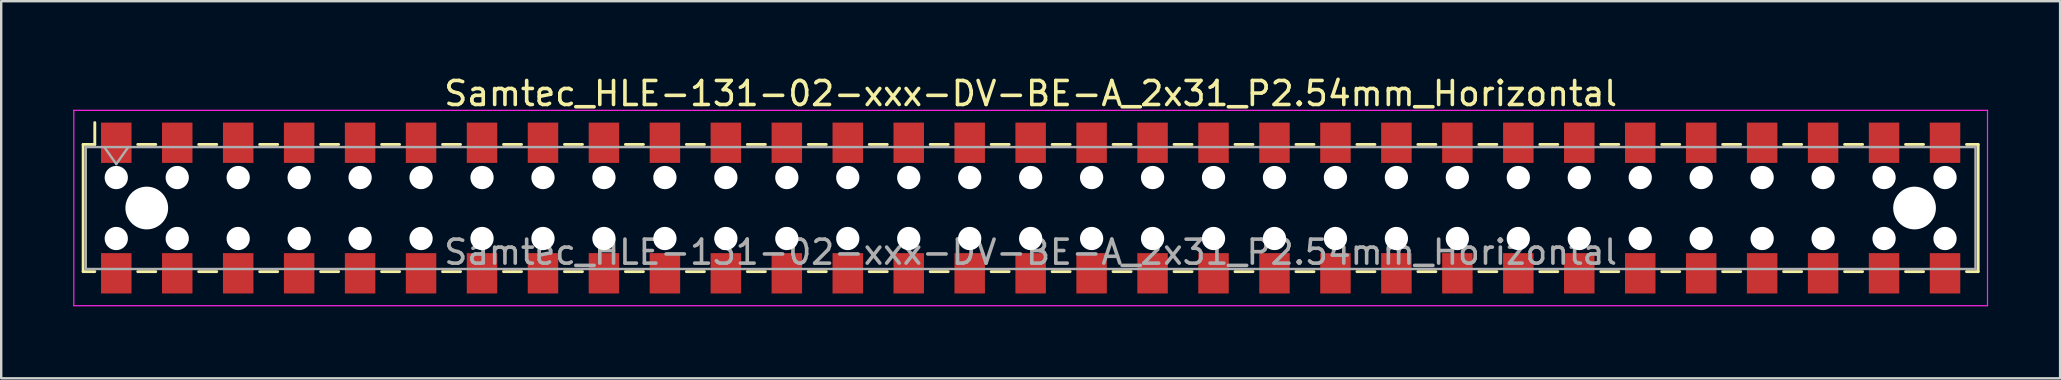
<source format=kicad_pcb>
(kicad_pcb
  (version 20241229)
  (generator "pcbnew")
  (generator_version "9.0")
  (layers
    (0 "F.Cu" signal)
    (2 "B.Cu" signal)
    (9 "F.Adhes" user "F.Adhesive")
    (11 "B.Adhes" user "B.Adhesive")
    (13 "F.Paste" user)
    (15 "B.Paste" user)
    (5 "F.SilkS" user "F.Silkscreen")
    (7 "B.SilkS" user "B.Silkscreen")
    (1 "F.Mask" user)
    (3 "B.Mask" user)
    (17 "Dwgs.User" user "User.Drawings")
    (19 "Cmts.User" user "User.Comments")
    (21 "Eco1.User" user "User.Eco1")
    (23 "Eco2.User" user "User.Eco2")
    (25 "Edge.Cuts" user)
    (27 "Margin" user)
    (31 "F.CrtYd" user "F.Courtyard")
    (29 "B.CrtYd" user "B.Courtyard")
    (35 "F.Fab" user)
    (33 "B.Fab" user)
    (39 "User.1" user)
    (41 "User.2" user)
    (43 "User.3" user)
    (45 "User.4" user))
  (footprint "Samtec_HLE-131-02-xxx-DV-BE-A_2x31_P2.54mm_Horizontal"
    (layer "F.Cu")
    (at 39.895 5.618)
    (property "Reference" "Samtec_HLE-131-02-xxx-DV-BE-A_2x31_P2.54mm_Horizontal" (at 0 -4.77 0) (layer "F.SilkS") (effects (font (size 1 1) (thickness 0.15))))
    (attr smd)
    (fp_line (start -39.48 -2.65) (end -39.48 2.65) (stroke (width 0.12) (type solid)) (layer "F.SilkS"))
    (fp_line (start -39.48 2.65) (end -38.995 2.65) (stroke (width 0.12) (type solid)) (layer "F.SilkS"))
    (fp_line (start -38.995 -3.56) (end -38.995 -2.65) (stroke (width 0.12) (type solid)) (layer "F.SilkS"))
    (fp_line (start -38.995 -2.65) (end -39.48 -2.65) (stroke (width 0.12) (type solid)) (layer "F.SilkS"))
    (fp_line (start -37.205 -2.65) (end -36.455 -2.65) (stroke (width 0.12) (type solid)) (layer "F.SilkS"))
    (fp_line (start -37.205 2.65) (end -36.455 2.65) (stroke (width 0.12) (type solid)) (layer "F.SilkS"))
    (fp_line (start -34.665 -2.65) (end -33.915 -2.65) (stroke (width 0.12) (type solid)) (layer "F.SilkS"))
    (fp_line (start -34.665 2.65) (end -33.915 2.65) (stroke (width 0.12) (type solid)) (layer "F.SilkS"))
    (fp_line (start -32.125 -2.65) (end -31.375 -2.65) (stroke (width 0.12) (type solid)) (layer "F.SilkS"))
    (fp_line (start -32.125 2.65) (end -31.375 2.65) (stroke (width 0.12) (type solid)) (layer "F.SilkS"))
    (fp_line (start -29.585 -2.65) (end -28.835 -2.65) (stroke (width 0.12) (type solid)) (layer "F.SilkS"))
    (fp_line (start -29.585 2.65) (end -28.835 2.65) (stroke (width 0.12) (type solid)) (layer "F.SilkS"))
    (fp_line (start -27.045 -2.65) (end -26.295 -2.65) (stroke (width 0.12) (type solid)) (layer "F.SilkS"))
    (fp_line (start -27.045 2.65) (end -26.295 2.65) (stroke (width 0.12) (type solid)) (layer "F.SilkS"))
    (fp_line (start -24.505 -2.65) (end -23.755 -2.65) (stroke (width 0.12) (type solid)) (layer "F.SilkS"))
    (fp_line (start -24.505 2.65) (end -23.755 2.65) (stroke (width 0.12) (type solid)) (layer "F.SilkS"))
    (fp_line (start -21.965 -2.65) (end -21.215 -2.65) (stroke (width 0.12) (type solid)) (layer "F.SilkS"))
    (fp_line (start -21.965 2.65) (end -21.215 2.65) (stroke (width 0.12) (type solid)) (layer "F.SilkS"))
    (fp_line (start -19.425 -2.65) (end -18.675 -2.65) (stroke (width 0.12) (type solid)) (layer "F.SilkS"))
    (fp_line (start -19.425 2.65) (end -18.675 2.65) (stroke (width 0.12) (type solid)) (layer "F.SilkS"))
    (fp_line (start -16.885 -2.65) (end -16.135 -2.65) (stroke (width 0.12) (type solid)) (layer "F.SilkS"))
    (fp_line (start -16.885 2.65) (end -16.135 2.65) (stroke (width 0.12) (type solid)) (layer "F.SilkS"))
    (fp_line (start -14.345 -2.65) (end -13.595 -2.65) (stroke (width 0.12) (type solid)) (layer "F.SilkS"))
    (fp_line (start -14.345 2.65) (end -13.595 2.65) (stroke (width 0.12) (type solid)) (layer "F.SilkS"))
    (fp_line (start -11.805 -2.65) (end -11.055 -2.65) (stroke (width 0.12) (type solid)) (layer "F.SilkS"))
    (fp_line (start -11.805 2.65) (end -11.055 2.65) (stroke (width 0.12) (type solid)) (layer "F.SilkS"))
    (fp_line (start -9.265 -2.65) (end -8.515 -2.65) (stroke (width 0.12) (type solid)) (layer "F.SilkS"))
    (fp_line (start -9.265 2.65) (end -8.515 2.65) (stroke (width 0.12) (type solid)) (layer "F.SilkS"))
    (fp_line (start -6.725 -2.65) (end -5.975 -2.65) (stroke (width 0.12) (type solid)) (layer "F.SilkS"))
    (fp_line (start -6.725 2.65) (end -5.975 2.65) (stroke (width 0.12) (type solid)) (layer "F.SilkS"))
    (fp_line (start -4.185 -2.65) (end -3.435 -2.65) (stroke (width 0.12) (type solid)) (layer "F.SilkS"))
    (fp_line (start -4.185 2.65) (end -3.435 2.65) (stroke (width 0.12) (type solid)) (layer "F.SilkS"))
    (fp_line (start -1.645 -2.65) (end -0.895 -2.65) (stroke (width 0.12) (type solid)) (layer "F.SilkS"))
    (fp_line (start -1.645 2.65) (end -0.895 2.65) (stroke (width 0.12) (type solid)) (layer "F.SilkS"))
    (fp_line (start 0.895 -2.65) (end 1.645 -2.65) (stroke (width 0.12) (type solid)) (layer "F.SilkS"))
    (fp_line (start 0.895 2.65) (end 1.645 2.65) (stroke (width 0.12) (type solid)) (layer "F.SilkS"))
    (fp_line (start 3.435 -2.65) (end 4.185 -2.65) (stroke (width 0.12) (type solid)) (layer "F.SilkS"))
    (fp_line (start 3.435 2.65) (end 4.185 2.65) (stroke (width 0.12) (type solid)) (layer "F.SilkS"))
    (fp_line (start 5.975 -2.65) (end 6.725 -2.65) (stroke (width 0.12) (type solid)) (layer "F.SilkS"))
    (fp_line (start 5.975 2.65) (end 6.725 2.65) (stroke (width 0.12) (type solid)) (layer "F.SilkS"))
    (fp_line (start 8.515 -2.65) (end 9.265 -2.65) (stroke (width 0.12) (type solid)) (layer "F.SilkS"))
    (fp_line (start 8.515 2.65) (end 9.265 2.65) (stroke (width 0.12) (type solid)) (layer "F.SilkS"))
    (fp_line (start 11.055 -2.65) (end 11.805 -2.65) (stroke (width 0.12) (type solid)) (layer "F.SilkS"))
    (fp_line (start 11.055 2.65) (end 11.805 2.65) (stroke (width 0.12) (type solid)) (layer "F.SilkS"))
    (fp_line (start 13.595 -2.65) (end 14.345 -2.65) (stroke (width 0.12) (type solid)) (layer "F.SilkS"))
    (fp_line (start 13.595 2.65) (end 14.345 2.65) (stroke (width 0.12) (type solid)) (layer "F.SilkS"))
    (fp_line (start 16.135 -2.65) (end 16.885 -2.65) (stroke (width 0.12) (type solid)) (layer "F.SilkS"))
    (fp_line (start 16.135 2.65) (end 16.885 2.65) (stroke (width 0.12) (type solid)) (layer "F.SilkS"))
    (fp_line (start 18.675 -2.65) (end 19.425 -2.65) (stroke (width 0.12) (type solid)) (layer "F.SilkS"))
    (fp_line (start 18.675 2.65) (end 19.425 2.65) (stroke (width 0.12) (type solid)) (layer "F.SilkS"))
    (fp_line (start 21.215 -2.65) (end 21.965 -2.65) (stroke (width 0.12) (type solid)) (layer "F.SilkS"))
    (fp_line (start 21.215 2.65) (end 21.965 2.65) (stroke (width 0.12) (type solid)) (layer "F.SilkS"))
    (fp_line (start 23.755 -2.65) (end 24.505 -2.65) (stroke (width 0.12) (type solid)) (layer "F.SilkS"))
    (fp_line (start 23.755 2.65) (end 24.505 2.65) (stroke (width 0.12) (type solid)) (layer "F.SilkS"))
    (fp_line (start 26.295 -2.65) (end 27.045 -2.65) (stroke (width 0.12) (type solid)) (layer "F.SilkS"))
    (fp_line (start 26.295 2.65) (end 27.045 2.65) (stroke (width 0.12) (type solid)) (layer "F.SilkS"))
    (fp_line (start 28.835 -2.65) (end 29.585 -2.65) (stroke (width 0.12) (type solid)) (layer "F.SilkS"))
    (fp_line (start 28.835 2.65) (end 29.585 2.65) (stroke (width 0.12) (type solid)) (layer "F.SilkS"))
    (fp_line (start 31.375 -2.65) (end 32.125 -2.65) (stroke (width 0.12) (type solid)) (layer "F.SilkS"))
    (fp_line (start 31.375 2.65) (end 32.125 2.65) (stroke (width 0.12) (type solid)) (layer "F.SilkS"))
    (fp_line (start 33.915 -2.65) (end 34.665 -2.65) (stroke (width 0.12) (type solid)) (layer "F.SilkS"))
    (fp_line (start 33.915 2.65) (end 34.665 2.65) (stroke (width 0.12) (type solid)) (layer "F.SilkS"))
    (fp_line (start 36.455 -2.65) (end 37.205 -2.65) (stroke (width 0.12) (type solid)) (layer "F.SilkS"))
    (fp_line (start 36.455 2.65) (end 37.205 2.65) (stroke (width 0.12) (type solid)) (layer "F.SilkS"))
    (fp_line (start 38.995 -2.65) (end 39.48 -2.65) (stroke (width 0.12) (type solid)) (layer "F.SilkS"))
    (fp_line (start 39.48 -2.65) (end 39.48 2.65) (stroke (width 0.12) (type solid)) (layer "F.SilkS"))
    (fp_line (start 39.48 2.65) (end 38.995 2.65) (stroke (width 0.12) (type solid)) (layer "F.SilkS"))
    (fp_line (start -39.87 -4.07) (end 39.87 -4.07) (stroke (width 0.05) (type solid)) (layer "F.CrtYd"))
    (fp_line (start -39.87 4.07) (end -39.87 -4.07) (stroke (width 0.05) (type solid)) (layer "F.CrtYd"))
    (fp_line (start 39.87 -4.07) (end 39.87 4.07) (stroke (width 0.05) (type solid)) (layer "F.CrtYd"))
    (fp_line (start 39.87 4.07) (end -39.87 4.07) (stroke (width 0.05) (type solid)) (layer "F.CrtYd"))
    (fp_line (start -39.37 -2.54) (end 39.37 -2.54) (stroke (width 0.1) (type solid)) (layer "F.Fab"))
    (fp_line (start -39.37 2.54) (end -39.37 -2.54) (stroke (width 0.1) (type solid)) (layer "F.Fab"))
    (fp_line (start -38.6 -2.54) (end -38.1 -1.833) (stroke (width 0.1) (type solid)) (layer "F.Fab"))
    (fp_line (start -38.1 -1.833) (end -37.6 -2.54) (stroke (width 0.1) (type solid)) (layer "F.Fab"))
    (fp_line (start 39.37 -2.54) (end 39.37 2.54) (stroke (width 0.1) (type solid)) (layer "F.Fab"))
    (fp_line (start 39.37 2.54) (end -39.37 2.54) (stroke (width 0.1) (type solid)) (layer "F.Fab"))
    (fp_text user "${REFERENCE}" (at 0 1.84 0) (layer "F.Fab") (effects (font (size 1 1) (thickness 0.15))))
    (pad "" np_thru_hole circle (at -38.1 -1.27) (size 0.97 0.97) (drill 0.97) (layers "*.Cu" "*.Mask"))
    (pad "" np_thru_hole circle (at -38.1 1.27) (size 0.97 0.97) (drill 0.97) (layers "*.Cu" "*.Mask"))
    (pad "" np_thru_hole circle (at -36.83 0) (size 1.78 1.78) (drill 1.78) (layers "*.Cu" "*.Mask"))
    (pad "" np_thru_hole circle (at -35.56 -1.27) (size 0.97 0.97) (drill 0.97) (layers "*.Cu" "*.Mask"))
    (pad "" np_thru_hole circle (at -35.56 1.27) (size 0.97 0.97) (drill 0.97) (layers "*.Cu" "*.Mask"))
    (pad "" np_thru_hole circle (at -33.02 -1.27) (size 0.97 0.97) (drill 0.97) (layers "*.Cu" "*.Mask"))
    (pad "" np_thru_hole circle (at -33.02 1.27) (size 0.97 0.97) (drill 0.97) (layers "*.Cu" "*.Mask"))
    (pad "" np_thru_hole circle (at -30.48 -1.27) (size 0.97 0.97) (drill 0.97) (layers "*.Cu" "*.Mask"))
    (pad "" np_thru_hole circle (at -30.48 1.27) (size 0.97 0.97) (drill 0.97) (layers "*.Cu" "*.Mask"))
    (pad "" np_thru_hole circle (at -27.94 -1.27) (size 0.97 0.97) (drill 0.97) (layers "*.Cu" "*.Mask"))
    (pad "" np_thru_hole circle (at -27.94 1.27) (size 0.97 0.97) (drill 0.97) (layers "*.Cu" "*.Mask"))
    (pad "" np_thru_hole circle (at -25.4 -1.27) (size 0.97 0.97) (drill 0.97) (layers "*.Cu" "*.Mask"))
    (pad "" np_thru_hole circle (at -25.4 1.27) (size 0.97 0.97) (drill 0.97) (layers "*.Cu" "*.Mask"))
    (pad "" np_thru_hole circle (at -22.86 -1.27) (size 0.97 0.97) (drill 0.97) (layers "*.Cu" "*.Mask"))
    (pad "" np_thru_hole circle (at -22.86 1.27) (size 0.97 0.97) (drill 0.97) (layers "*.Cu" "*.Mask"))
    (pad "" np_thru_hole circle (at -20.32 -1.27) (size 0.97 0.97) (drill 0.97) (layers "*.Cu" "*.Mask"))
    (pad "" np_thru_hole circle (at -20.32 1.27) (size 0.97 0.97) (drill 0.97) (layers "*.Cu" "*.Mask"))
    (pad "" np_thru_hole circle (at -17.78 -1.27) (size 0.97 0.97) (drill 0.97) (layers "*.Cu" "*.Mask"))
    (pad "" np_thru_hole circle (at -17.78 1.27) (size 0.97 0.97) (drill 0.97) (layers "*.Cu" "*.Mask"))
    (pad "" np_thru_hole circle (at -15.24 -1.27) (size 0.97 0.97) (drill 0.97) (layers "*.Cu" "*.Mask"))
    (pad "" np_thru_hole circle (at -15.24 1.27) (size 0.97 0.97) (drill 0.97) (layers "*.Cu" "*.Mask"))
    (pad "" np_thru_hole circle (at -12.7 -1.27) (size 0.97 0.97) (drill 0.97) (layers "*.Cu" "*.Mask"))
    (pad "" np_thru_hole circle (at -12.7 1.27) (size 0.97 0.97) (drill 0.97) (layers "*.Cu" "*.Mask"))
    (pad "" np_thru_hole circle (at -10.16 -1.27) (size 0.97 0.97) (drill 0.97) (layers "*.Cu" "*.Mask"))
    (pad "" np_thru_hole circle (at -10.16 1.27) (size 0.97 0.97) (drill 0.97) (layers "*.Cu" "*.Mask"))
    (pad "" np_thru_hole circle (at -7.62 -1.27) (size 0.97 0.97) (drill 0.97) (layers "*.Cu" "*.Mask"))
    (pad "" np_thru_hole circle (at -7.62 1.27) (size 0.97 0.97) (drill 0.97) (layers "*.Cu" "*.Mask"))
    (pad "" np_thru_hole circle (at -5.08 -1.27) (size 0.97 0.97) (drill 0.97) (layers "*.Cu" "*.Mask"))
    (pad "" np_thru_hole circle (at -5.08 1.27) (size 0.97 0.97) (drill 0.97) (layers "*.Cu" "*.Mask"))
    (pad "" np_thru_hole circle (at -2.54 -1.27) (size 0.97 0.97) (drill 0.97) (layers "*.Cu" "*.Mask"))
    (pad "" np_thru_hole circle (at -2.54 1.27) (size 0.97 0.97) (drill 0.97) (layers "*.Cu" "*.Mask"))
    (pad "" np_thru_hole circle (at 0 -1.27) (size 0.97 0.97) (drill 0.97) (layers "*.Cu" "*.Mask"))
    (pad "" np_thru_hole circle (at 0 1.27) (size 0.97 0.97) (drill 0.97) (layers "*.Cu" "*.Mask"))
    (pad "" np_thru_hole circle (at 2.54 -1.27) (size 0.97 0.97) (drill 0.97) (layers "*.Cu" "*.Mask"))
    (pad "" np_thru_hole circle (at 2.54 1.27) (size 0.97 0.97) (drill 0.97) (layers "*.Cu" "*.Mask"))
    (pad "" np_thru_hole circle (at 5.08 -1.27) (size 0.97 0.97) (drill 0.97) (layers "*.Cu" "*.Mask"))
    (pad "" np_thru_hole circle (at 5.08 1.27) (size 0.97 0.97) (drill 0.97) (layers "*.Cu" "*.Mask"))
    (pad "" np_thru_hole circle (at 7.62 -1.27) (size 0.97 0.97) (drill 0.97) (layers "*.Cu" "*.Mask"))
    (pad "" np_thru_hole circle (at 7.62 1.27) (size 0.97 0.97) (drill 0.97) (layers "*.Cu" "*.Mask"))
    (pad "" np_thru_hole circle (at 10.16 -1.27) (size 0.97 0.97) (drill 0.97) (layers "*.Cu" "*.Mask"))
    (pad "" np_thru_hole circle (at 10.16 1.27) (size 0.97 0.97) (drill 0.97) (layers "*.Cu" "*.Mask"))
    (pad "" np_thru_hole circle (at 12.7 -1.27) (size 0.97 0.97) (drill 0.97) (layers "*.Cu" "*.Mask"))
    (pad "" np_thru_hole circle (at 12.7 1.27) (size 0.97 0.97) (drill 0.97) (layers "*.Cu" "*.Mask"))
    (pad "" np_thru_hole circle (at 15.24 -1.27) (size 0.97 0.97) (drill 0.97) (layers "*.Cu" "*.Mask"))
    (pad "" np_thru_hole circle (at 15.24 1.27) (size 0.97 0.97) (drill 0.97) (layers "*.Cu" "*.Mask"))
    (pad "" np_thru_hole circle (at 17.78 -1.27) (size 0.97 0.97) (drill 0.97) (layers "*.Cu" "*.Mask"))
    (pad "" np_thru_hole circle (at 17.78 1.27) (size 0.97 0.97) (drill 0.97) (layers "*.Cu" "*.Mask"))
    (pad "" np_thru_hole circle (at 20.32 -1.27) (size 0.97 0.97) (drill 0.97) (layers "*.Cu" "*.Mask"))
    (pad "" np_thru_hole circle (at 20.32 1.27) (size 0.97 0.97) (drill 0.97) (layers "*.Cu" "*.Mask"))
    (pad "" np_thru_hole circle (at 22.86 -1.27) (size 0.97 0.97) (drill 0.97) (layers "*.Cu" "*.Mask"))
    (pad "" np_thru_hole circle (at 22.86 1.27) (size 0.97 0.97) (drill 0.97) (layers "*.Cu" "*.Mask"))
    (pad "" np_thru_hole circle (at 25.4 -1.27) (size 0.97 0.97) (drill 0.97) (layers "*.Cu" "*.Mask"))
    (pad "" np_thru_hole circle (at 25.4 1.27) (size 0.97 0.97) (drill 0.97) (layers "*.Cu" "*.Mask"))
    (pad "" np_thru_hole circle (at 27.94 -1.27) (size 0.97 0.97) (drill 0.97) (layers "*.Cu" "*.Mask"))
    (pad "" np_thru_hole circle (at 27.94 1.27) (size 0.97 0.97) (drill 0.97) (layers "*.Cu" "*.Mask"))
    (pad "" np_thru_hole circle (at 30.48 -1.27) (size 0.97 0.97) (drill 0.97) (layers "*.Cu" "*.Mask"))
    (pad "" np_thru_hole circle (at 30.48 1.27) (size 0.97 0.97) (drill 0.97) (layers "*.Cu" "*.Mask"))
    (pad "" np_thru_hole circle (at 33.02 -1.27) (size 0.97 0.97) (drill 0.97) (layers "*.Cu" "*.Mask"))
    (pad "" np_thru_hole circle (at 33.02 1.27) (size 0.97 0.97) (drill 0.97) (layers "*.Cu" "*.Mask"))
    (pad "" np_thru_hole circle (at 35.56 -1.27) (size 0.97 0.97) (drill 0.97) (layers "*.Cu" "*.Mask"))
    (pad "" np_thru_hole circle (at 35.56 1.27) (size 0.97 0.97) (drill 0.97) (layers "*.Cu" "*.Mask"))
    (pad "" np_thru_hole circle (at 36.83 0) (size 1.78 1.78) (drill 1.78) (layers "*.Cu" "*.Mask"))
    (pad "" np_thru_hole circle (at 38.1 -1.27) (size 0.97 0.97) (drill 0.97) (layers "*.Cu" "*.Mask"))
    (pad "" np_thru_hole circle (at 38.1 1.27) (size 0.97 0.97) (drill 0.97) (layers "*.Cu" "*.Mask"))
    (pad "1" smd rect (at -38.1 -2.72) (size 1.27 1.68) (layers "F.Cu" "F.Mask" "F.Paste"))
    (pad "2" smd rect (at -38.1 2.72) (size 1.27 1.68) (layers "F.Cu" "F.Mask" "F.Paste"))
    (pad "3" smd rect (at -35.56 -2.72) (size 1.27 1.68) (layers "F.Cu" "F.Mask" "F.Paste"))
    (pad "4" smd rect (at -35.56 2.72) (size 1.27 1.68) (layers "F.Cu" "F.Mask" "F.Paste"))
    (pad "5" smd rect (at -33.02 -2.72) (size 1.27 1.68) (layers "F.Cu" "F.Mask" "F.Paste"))
    (pad "6" smd rect (at -33.02 2.72) (size 1.27 1.68) (layers "F.Cu" "F.Mask" "F.Paste"))
    (pad "7" smd rect (at -30.48 -2.72) (size 1.27 1.68) (layers "F.Cu" "F.Mask" "F.Paste"))
    (pad "8" smd rect (at -30.48 2.72) (size 1.27 1.68) (layers "F.Cu" "F.Mask" "F.Paste"))
    (pad "9" smd rect (at -27.94 -2.72) (size 1.27 1.68) (layers "F.Cu" "F.Mask" "F.Paste"))
    (pad "10" smd rect (at -27.94 2.72) (size 1.27 1.68) (layers "F.Cu" "F.Mask" "F.Paste"))
    (pad "11" smd rect (at -25.4 -2.72) (size 1.27 1.68) (layers "F.Cu" "F.Mask" "F.Paste"))
    (pad "12" smd rect (at -25.4 2.72) (size 1.27 1.68) (layers "F.Cu" "F.Mask" "F.Paste"))
    (pad "13" smd rect (at -22.86 -2.72) (size 1.27 1.68) (layers "F.Cu" "F.Mask" "F.Paste"))
    (pad "14" smd rect (at -22.86 2.72) (size 1.27 1.68) (layers "F.Cu" "F.Mask" "F.Paste"))
    (pad "15" smd rect (at -20.32 -2.72) (size 1.27 1.68) (layers "F.Cu" "F.Mask" "F.Paste"))
    (pad "16" smd rect (at -20.32 2.72) (size 1.27 1.68) (layers "F.Cu" "F.Mask" "F.Paste"))
    (pad "17" smd rect (at -17.78 -2.72) (size 1.27 1.68) (layers "F.Cu" "F.Mask" "F.Paste"))
    (pad "18" smd rect (at -17.78 2.72) (size 1.27 1.68) (layers "F.Cu" "F.Mask" "F.Paste"))
    (pad "19" smd rect (at -15.24 -2.72) (size 1.27 1.68) (layers "F.Cu" "F.Mask" "F.Paste"))
    (pad "20" smd rect (at -15.24 2.72) (size 1.27 1.68) (layers "F.Cu" "F.Mask" "F.Paste"))
    (pad "21" smd rect (at -12.7 -2.72) (size 1.27 1.68) (layers "F.Cu" "F.Mask" "F.Paste"))
    (pad "22" smd rect (at -12.7 2.72) (size 1.27 1.68) (layers "F.Cu" "F.Mask" "F.Paste"))
    (pad "23" smd rect (at -10.16 -2.72) (size 1.27 1.68) (layers "F.Cu" "F.Mask" "F.Paste"))
    (pad "24" smd rect (at -10.16 2.72) (size 1.27 1.68) (layers "F.Cu" "F.Mask" "F.Paste"))
    (pad "25" smd rect (at -7.62 -2.72) (size 1.27 1.68) (layers "F.Cu" "F.Mask" "F.Paste"))
    (pad "26" smd rect (at -7.62 2.72) (size 1.27 1.68) (layers "F.Cu" "F.Mask" "F.Paste"))
    (pad "27" smd rect (at -5.08 -2.72) (size 1.27 1.68) (layers "F.Cu" "F.Mask" "F.Paste"))
    (pad "28" smd rect (at -5.08 2.72) (size 1.27 1.68) (layers "F.Cu" "F.Mask" "F.Paste"))
    (pad "29" smd rect (at -2.54 -2.72) (size 1.27 1.68) (layers "F.Cu" "F.Mask" "F.Paste"))
    (pad "30" smd rect (at -2.54 2.72) (size 1.27 1.68) (layers "F.Cu" "F.Mask" "F.Paste"))
    (pad "31" smd rect (at 0 -2.72) (size 1.27 1.68) (layers "F.Cu" "F.Mask" "F.Paste"))
    (pad "32" smd rect (at 0 2.72) (size 1.27 1.68) (layers "F.Cu" "F.Mask" "F.Paste"))
    (pad "33" smd rect (at 2.54 -2.72) (size 1.27 1.68) (layers "F.Cu" "F.Mask" "F.Paste"))
    (pad "34" smd rect (at 2.54 2.72) (size 1.27 1.68) (layers "F.Cu" "F.Mask" "F.Paste"))
    (pad "35" smd rect (at 5.08 -2.72) (size 1.27 1.68) (layers "F.Cu" "F.Mask" "F.Paste"))
    (pad "36" smd rect (at 5.08 2.72) (size 1.27 1.68) (layers "F.Cu" "F.Mask" "F.Paste"))
    (pad "37" smd rect (at 7.62 -2.72) (size 1.27 1.68) (layers "F.Cu" "F.Mask" "F.Paste"))
    (pad "38" smd rect (at 7.62 2.72) (size 1.27 1.68) (layers "F.Cu" "F.Mask" "F.Paste"))
    (pad "39" smd rect (at 10.16 -2.72) (size 1.27 1.68) (layers "F.Cu" "F.Mask" "F.Paste"))
    (pad "40" smd rect (at 10.16 2.72) (size 1.27 1.68) (layers "F.Cu" "F.Mask" "F.Paste"))
    (pad "41" smd rect (at 12.7 -2.72) (size 1.27 1.68) (layers "F.Cu" "F.Mask" "F.Paste"))
    (pad "42" smd rect (at 12.7 2.72) (size 1.27 1.68) (layers "F.Cu" "F.Mask" "F.Paste"))
    (pad "43" smd rect (at 15.24 -2.72) (size 1.27 1.68) (layers "F.Cu" "F.Mask" "F.Paste"))
    (pad "44" smd rect (at 15.24 2.72) (size 1.27 1.68) (layers "F.Cu" "F.Mask" "F.Paste"))
    (pad "45" smd rect (at 17.78 -2.72) (size 1.27 1.68) (layers "F.Cu" "F.Mask" "F.Paste"))
    (pad "46" smd rect (at 17.78 2.72) (size 1.27 1.68) (layers "F.Cu" "F.Mask" "F.Paste"))
    (pad "47" smd rect (at 20.32 -2.72) (size 1.27 1.68) (layers "F.Cu" "F.Mask" "F.Paste"))
    (pad "48" smd rect (at 20.32 2.72) (size 1.27 1.68) (layers "F.Cu" "F.Mask" "F.Paste"))
    (pad "49" smd rect (at 22.86 -2.72) (size 1.27 1.68) (layers "F.Cu" "F.Mask" "F.Paste"))
    (pad "50" smd rect (at 22.86 2.72) (size 1.27 1.68) (layers "F.Cu" "F.Mask" "F.Paste"))
    (pad "51" smd rect (at 25.4 -2.72) (size 1.27 1.68) (layers "F.Cu" "F.Mask" "F.Paste"))
    (pad "52" smd rect (at 25.4 2.72) (size 1.27 1.68) (layers "F.Cu" "F.Mask" "F.Paste"))
    (pad "53" smd rect (at 27.94 -2.72) (size 1.27 1.68) (layers "F.Cu" "F.Mask" "F.Paste"))
    (pad "54" smd rect (at 27.94 2.72) (size 1.27 1.68) (layers "F.Cu" "F.Mask" "F.Paste"))
    (pad "55" smd rect (at 30.48 -2.72) (size 1.27 1.68) (layers "F.Cu" "F.Mask" "F.Paste"))
    (pad "56" smd rect (at 30.48 2.72) (size 1.27 1.68) (layers "F.Cu" "F.Mask" "F.Paste"))
    (pad "57" smd rect (at 33.02 -2.72) (size 1.27 1.68) (layers "F.Cu" "F.Mask" "F.Paste"))
    (pad "58" smd rect (at 33.02 2.72) (size 1.27 1.68) (layers "F.Cu" "F.Mask" "F.Paste"))
    (pad "59" smd rect (at 35.56 -2.72) (size 1.27 1.68) (layers "F.Cu" "F.Mask" "F.Paste"))
    (pad "60" smd rect (at 35.56 2.72) (size 1.27 1.68) (layers "F.Cu" "F.Mask" "F.Paste"))
    (pad "61" smd rect (at 38.1 -2.72) (size 1.27 1.68) (layers "F.Cu" "F.Mask" "F.Paste"))
    (pad "62" smd rect (at 38.1 2.72) (size 1.27 1.68) (layers "F.Cu" "F.Mask" "F.Paste")))
  (gr_rect
    (start -3 -3)
    (end 82.79 12.713)
    (stroke (width 0.1) (type default))
    (fill no)
    (layer "Edge.Cuts")))
</source>
